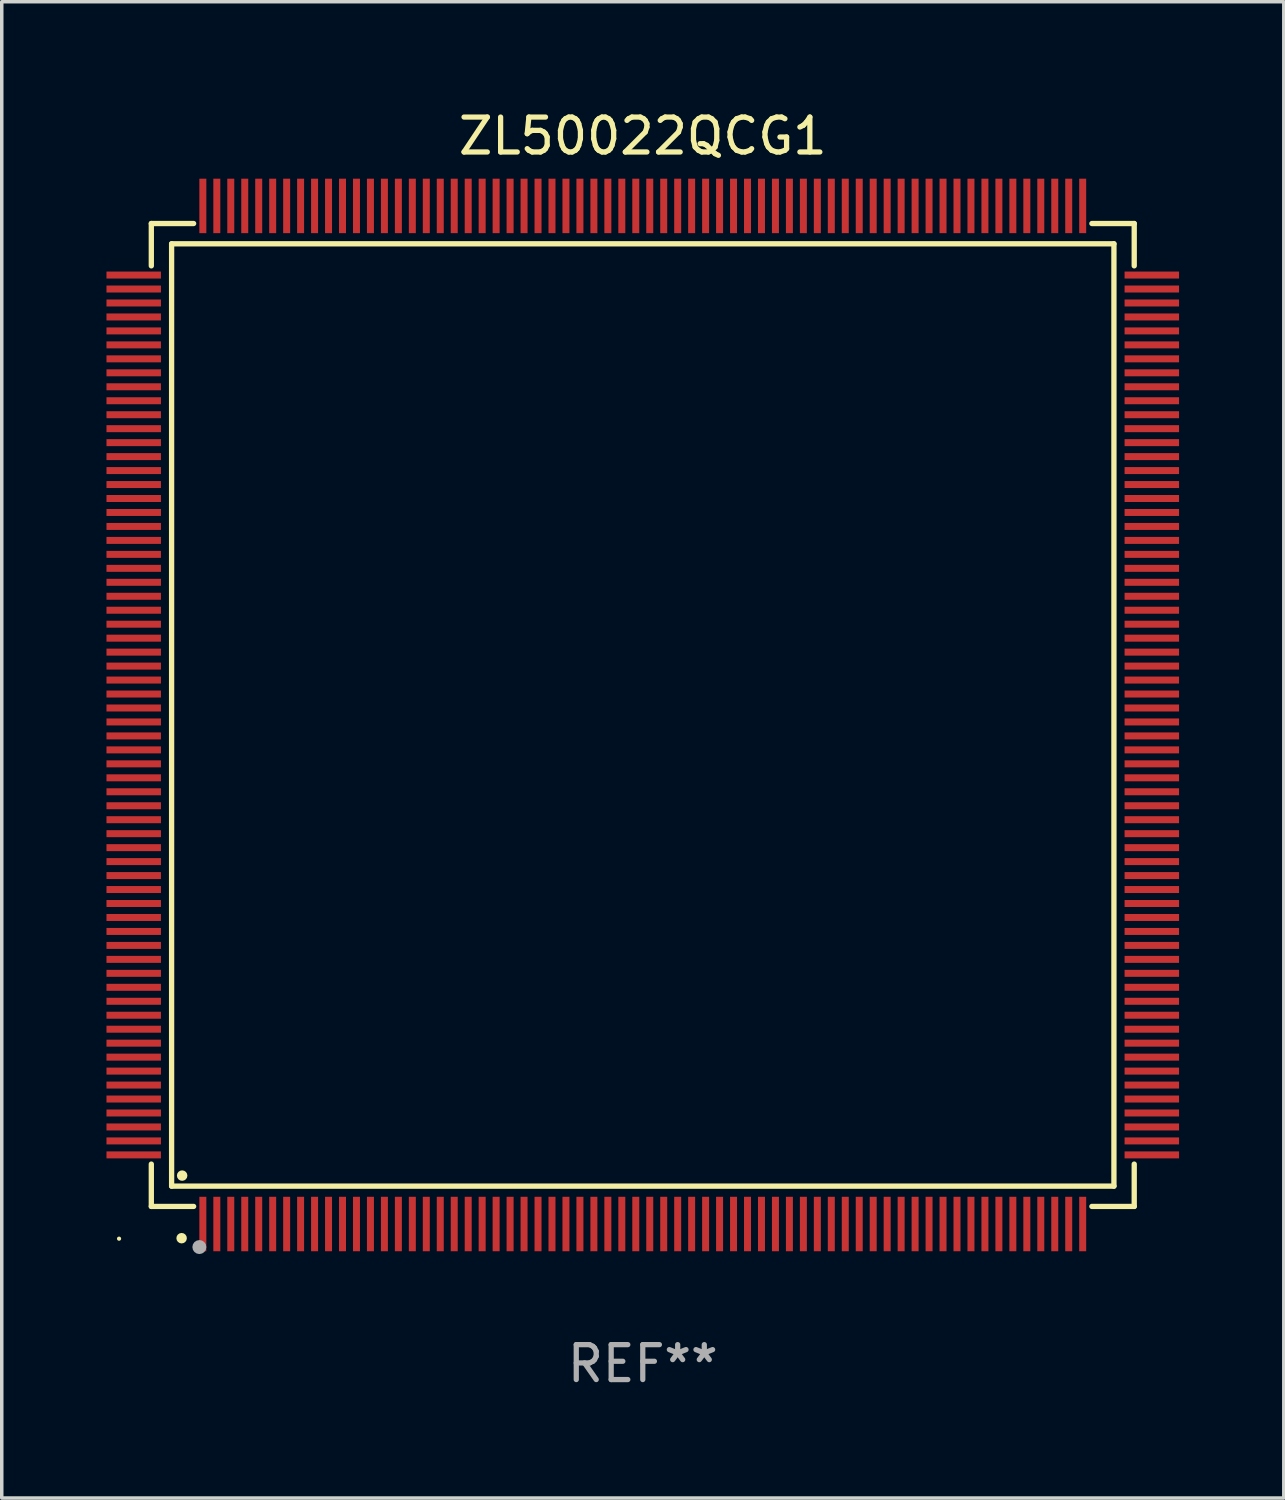
<source format=kicad_pcb>
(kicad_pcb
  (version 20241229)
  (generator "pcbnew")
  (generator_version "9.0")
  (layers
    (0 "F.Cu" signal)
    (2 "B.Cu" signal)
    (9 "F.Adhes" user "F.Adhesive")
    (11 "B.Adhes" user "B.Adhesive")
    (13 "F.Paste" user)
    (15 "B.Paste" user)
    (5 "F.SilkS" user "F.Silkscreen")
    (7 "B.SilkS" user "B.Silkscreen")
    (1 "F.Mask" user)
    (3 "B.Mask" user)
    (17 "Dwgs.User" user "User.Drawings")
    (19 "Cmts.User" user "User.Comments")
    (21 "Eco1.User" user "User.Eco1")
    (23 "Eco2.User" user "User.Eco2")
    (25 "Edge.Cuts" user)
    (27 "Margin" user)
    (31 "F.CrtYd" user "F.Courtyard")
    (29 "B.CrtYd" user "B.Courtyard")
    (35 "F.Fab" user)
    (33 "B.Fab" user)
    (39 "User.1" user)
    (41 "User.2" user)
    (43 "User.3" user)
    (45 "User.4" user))
  (footprint "ZL50022QCG1"
    (layer "F.Cu")
    (at 15.36 17.428)
    (property "Reference" "ZL50022QCG1" (at 0 -16.58 0) (layer "F.SilkS") (effects (font (size 1 1) (thickness 0.15))))
    (attr through_hole)
    (fp_line (start -14.076 -14.076) (end -14.076 -12.864) (stroke (width 0.152) (type solid)) (layer "F.SilkS"))
    (fp_line (start -14.076 14.076) (end -14.076 12.864) (stroke (width 0.152) (type solid)) (layer "F.SilkS"))
    (fp_line (start -13.495 -13.495) (end 13.495 -13.495) (stroke (width 0.152) (type solid)) (layer "F.SilkS"))
    (fp_line (start -13.495 13.495) (end -13.495 -13.495) (stroke (width 0.152) (type solid)) (layer "F.SilkS"))
    (fp_line (start -12.864 -14.076) (end -14.076 -14.076) (stroke (width 0.152) (type solid)) (layer "F.SilkS"))
    (fp_line (start -12.864 14.076) (end -14.076 14.076) (stroke (width 0.152) (type solid)) (layer "F.SilkS"))
    (fp_line (start 12.864 -14.076) (end 14.076 -14.076) (stroke (width 0.152) (type solid)) (layer "F.SilkS"))
    (fp_line (start 12.864 14.076) (end 14.076 14.076) (stroke (width 0.152) (type solid)) (layer "F.SilkS"))
    (fp_line (start 13.495 -13.495) (end 13.495 13.495) (stroke (width 0.152) (type solid)) (layer "F.SilkS"))
    (fp_line (start 13.495 13.495) (end -13.495 13.495) (stroke (width 0.152) (type solid)) (layer "F.SilkS"))
    (fp_line (start 14.076 -14.076) (end 14.076 -12.864) (stroke (width 0.152) (type solid)) (layer "F.SilkS"))
    (fp_line (start 14.076 14.076) (end 14.076 12.864) (stroke (width 0.152) (type solid)) (layer "F.SilkS"))
    (fp_circle (center -15 15) (end -14.97 15) (stroke (width 0.06) (type solid)) (fill no) (layer "F.SilkS"))
    (fp_circle (center -13.208 14.986) (end -13.133 14.986) (stroke (width 0.15) (type solid)) (fill no) (layer "F.SilkS"))
    (fp_circle (center -13.193 13.193) (end -13.118 13.193) (stroke (width 0.15) (type solid)) (fill no) (layer "F.SilkS"))
    (fp_circle (center -12.7 15.24) (end -12.6 15.24) (stroke (width 0.2) (type solid)) (fill no) (layer "F.Fab"))
    (fp_text user "REF**" (at 0 18.58 0) (layer "F.Fab") (effects (font (size 1 1) (thickness 0.15))))
    (pad "1" smd rect (at -12.6 14.58) (size 0.2 1.56) (layers "F.Cu" "F.Mask" "F.Paste"))
    (pad "2" smd rect (at -12.2 14.58) (size 0.2 1.56) (layers "F.Cu" "F.Mask" "F.Paste"))
    (pad "3" smd rect (at -11.8 14.58) (size 0.2 1.56) (layers "F.Cu" "F.Mask" "F.Paste"))
    (pad "4" smd rect (at -11.4 14.58) (size 0.2 1.56) (layers "F.Cu" "F.Mask" "F.Paste"))
    (pad "5" smd rect (at -11 14.58) (size 0.2 1.56) (layers "F.Cu" "F.Mask" "F.Paste"))
    (pad "6" smd rect (at -10.6 14.58) (size 0.2 1.56) (layers "F.Cu" "F.Mask" "F.Paste"))
    (pad "7" smd rect (at -10.2 14.58) (size 0.2 1.56) (layers "F.Cu" "F.Mask" "F.Paste"))
    (pad "8" smd rect (at -9.8 14.58) (size 0.2 1.56) (layers "F.Cu" "F.Mask" "F.Paste"))
    (pad "9" smd rect (at -9.4 14.58) (size 0.2 1.56) (layers "F.Cu" "F.Mask" "F.Paste"))
    (pad "10" smd rect (at -9 14.58) (size 0.2 1.56) (layers "F.Cu" "F.Mask" "F.Paste"))
    (pad "11" smd rect (at -8.6 14.58) (size 0.2 1.56) (layers "F.Cu" "F.Mask" "F.Paste"))
    (pad "12" smd rect (at -8.2 14.58) (size 0.2 1.56) (layers "F.Cu" "F.Mask" "F.Paste"))
    (pad "13" smd rect (at -7.8 14.58) (size 0.2 1.56) (layers "F.Cu" "F.Mask" "F.Paste"))
    (pad "14" smd rect (at -7.4 14.58) (size 0.2 1.56) (layers "F.Cu" "F.Mask" "F.Paste"))
    (pad "15" smd rect (at -7 14.58) (size 0.2 1.56) (layers "F.Cu" "F.Mask" "F.Paste"))
    (pad "16" smd rect (at -6.6 14.58) (size 0.2 1.56) (layers "F.Cu" "F.Mask" "F.Paste"))
    (pad "17" smd rect (at -6.2 14.58) (size 0.2 1.56) (layers "F.Cu" "F.Mask" "F.Paste"))
    (pad "18" smd rect (at -5.8 14.58) (size 0.2 1.56) (layers "F.Cu" "F.Mask" "F.Paste"))
    (pad "19" smd rect (at -5.4 14.58) (size 0.2 1.56) (layers "F.Cu" "F.Mask" "F.Paste"))
    (pad "20" smd rect (at -5 14.58) (size 0.2 1.56) (layers "F.Cu" "F.Mask" "F.Paste"))
    (pad "21" smd rect (at -4.6 14.58) (size 0.2 1.56) (layers "F.Cu" "F.Mask" "F.Paste"))
    (pad "22" smd rect (at -4.2 14.58) (size 0.2 1.56) (layers "F.Cu" "F.Mask" "F.Paste"))
    (pad "23" smd rect (at -3.8 14.58) (size 0.2 1.56) (layers "F.Cu" "F.Mask" "F.Paste"))
    (pad "24" smd rect (at -3.4 14.58) (size 0.2 1.56) (layers "F.Cu" "F.Mask" "F.Paste"))
    (pad "25" smd rect (at -3 14.58) (size 0.2 1.56) (layers "F.Cu" "F.Mask" "F.Paste"))
    (pad "26" smd rect (at -2.6 14.58) (size 0.2 1.56) (layers "F.Cu" "F.Mask" "F.Paste"))
    (pad "27" smd rect (at -2.2 14.58) (size 0.2 1.56) (layers "F.Cu" "F.Mask" "F.Paste"))
    (pad "28" smd rect (at -1.8 14.58) (size 0.2 1.56) (layers "F.Cu" "F.Mask" "F.Paste"))
    (pad "29" smd rect (at -1.4 14.58) (size 0.2 1.56) (layers "F.Cu" "F.Mask" "F.Paste"))
    (pad "30" smd rect (at -1 14.58) (size 0.2 1.56) (layers "F.Cu" "F.Mask" "F.Paste"))
    (pad "31" smd rect (at -0.6 14.58) (size 0.2 1.56) (layers "F.Cu" "F.Mask" "F.Paste"))
    (pad "32" smd rect (at -0.2 14.58) (size 0.2 1.56) (layers "F.Cu" "F.Mask" "F.Paste"))
    (pad "33" smd rect (at 0.2 14.58) (size 0.2 1.56) (layers "F.Cu" "F.Mask" "F.Paste"))
    (pad "34" smd rect (at 0.6 14.58) (size 0.2 1.56) (layers "F.Cu" "F.Mask" "F.Paste"))
    (pad "35" smd rect (at 1 14.58) (size 0.2 1.56) (layers "F.Cu" "F.Mask" "F.Paste"))
    (pad "36" smd rect (at 1.4 14.58) (size 0.2 1.56) (layers "F.Cu" "F.Mask" "F.Paste"))
    (pad "37" smd rect (at 1.8 14.58) (size 0.2 1.56) (layers "F.Cu" "F.Mask" "F.Paste"))
    (pad "38" smd rect (at 2.2 14.58) (size 0.2 1.56) (layers "F.Cu" "F.Mask" "F.Paste"))
    (pad "39" smd rect (at 2.6 14.58) (size 0.2 1.56) (layers "F.Cu" "F.Mask" "F.Paste"))
    (pad "40" smd rect (at 3 14.58) (size 0.2 1.56) (layers "F.Cu" "F.Mask" "F.Paste"))
    (pad "41" smd rect (at 3.4 14.58) (size 0.2 1.56) (layers "F.Cu" "F.Mask" "F.Paste"))
    (pad "42" smd rect (at 3.8 14.58) (size 0.2 1.56) (layers "F.Cu" "F.Mask" "F.Paste"))
    (pad "43" smd rect (at 4.2 14.58) (size 0.2 1.56) (layers "F.Cu" "F.Mask" "F.Paste"))
    (pad "44" smd rect (at 4.6 14.58) (size 0.2 1.56) (layers "F.Cu" "F.Mask" "F.Paste"))
    (pad "45" smd rect (at 5 14.58) (size 0.2 1.56) (layers "F.Cu" "F.Mask" "F.Paste"))
    (pad "46" smd rect (at 5.4 14.58) (size 0.2 1.56) (layers "F.Cu" "F.Mask" "F.Paste"))
    (pad "47" smd rect (at 5.8 14.58) (size 0.2 1.56) (layers "F.Cu" "F.Mask" "F.Paste"))
    (pad "48" smd rect (at 6.2 14.58) (size 0.2 1.56) (layers "F.Cu" "F.Mask" "F.Paste"))
    (pad "49" smd rect (at 6.6 14.58) (size 0.2 1.56) (layers "F.Cu" "F.Mask" "F.Paste"))
    (pad "50" smd rect (at 7 14.58) (size 0.2 1.56) (layers "F.Cu" "F.Mask" "F.Paste"))
    (pad "51" smd rect (at 7.4 14.58) (size 0.2 1.56) (layers "F.Cu" "F.Mask" "F.Paste"))
    (pad "52" smd rect (at 7.8 14.58) (size 0.2 1.56) (layers "F.Cu" "F.Mask" "F.Paste"))
    (pad "53" smd rect (at 8.2 14.58) (size 0.2 1.56) (layers "F.Cu" "F.Mask" "F.Paste"))
    (pad "54" smd rect (at 8.6 14.58) (size 0.2 1.56) (layers "F.Cu" "F.Mask" "F.Paste"))
    (pad "55" smd rect (at 9 14.58) (size 0.2 1.56) (layers "F.Cu" "F.Mask" "F.Paste"))
    (pad "56" smd rect (at 9.4 14.58) (size 0.2 1.56) (layers "F.Cu" "F.Mask" "F.Paste"))
    (pad "57" smd rect (at 9.8 14.58) (size 0.2 1.56) (layers "F.Cu" "F.Mask" "F.Paste"))
    (pad "58" smd rect (at 10.2 14.58) (size 0.2 1.56) (layers "F.Cu" "F.Mask" "F.Paste"))
    (pad "59" smd rect (at 10.6 14.58) (size 0.2 1.56) (layers "F.Cu" "F.Mask" "F.Paste"))
    (pad "60" smd rect (at 11 14.58) (size 0.2 1.56) (layers "F.Cu" "F.Mask" "F.Paste"))
    (pad "61" smd rect (at 11.4 14.58) (size 0.2 1.56) (layers "F.Cu" "F.Mask" "F.Paste"))
    (pad "62" smd rect (at 11.8 14.58) (size 0.2 1.56) (layers "F.Cu" "F.Mask" "F.Paste"))
    (pad "63" smd rect (at 12.2 14.58) (size 0.2 1.56) (layers "F.Cu" "F.Mask" "F.Paste"))
    (pad "64" smd rect (at 12.6 14.58) (size 0.2 1.56) (layers "F.Cu" "F.Mask" "F.Paste"))
    (pad "65" smd rect (at 14.58 12.6) (size 1.56 0.2) (layers "F.Cu" "F.Mask" "F.Paste"))
    (pad "66" smd rect (at 14.58 12.2) (size 1.56 0.2) (layers "F.Cu" "F.Mask" "F.Paste"))
    (pad "67" smd rect (at 14.58 11.8) (size 1.56 0.2) (layers "F.Cu" "F.Mask" "F.Paste"))
    (pad "68" smd rect (at 14.58 11.4) (size 1.56 0.2) (layers "F.Cu" "F.Mask" "F.Paste"))
    (pad "69" smd rect (at 14.58 11) (size 1.56 0.2) (layers "F.Cu" "F.Mask" "F.Paste"))
    (pad "70" smd rect (at 14.58 10.6) (size 1.56 0.2) (layers "F.Cu" "F.Mask" "F.Paste"))
    (pad "71" smd rect (at 14.58 10.2) (size 1.56 0.2) (layers "F.Cu" "F.Mask" "F.Paste"))
    (pad "72" smd rect (at 14.58 9.8) (size 1.56 0.2) (layers "F.Cu" "F.Mask" "F.Paste"))
    (pad "73" smd rect (at 14.58 9.4) (size 1.56 0.2) (layers "F.Cu" "F.Mask" "F.Paste"))
    (pad "74" smd rect (at 14.58 9) (size 1.56 0.2) (layers "F.Cu" "F.Mask" "F.Paste"))
    (pad "75" smd rect (at 14.58 8.6) (size 1.56 0.2) (layers "F.Cu" "F.Mask" "F.Paste"))
    (pad "76" smd rect (at 14.58 8.2) (size 1.56 0.2) (layers "F.Cu" "F.Mask" "F.Paste"))
    (pad "77" smd rect (at 14.58 7.8) (size 1.56 0.2) (layers "F.Cu" "F.Mask" "F.Paste"))
    (pad "78" smd rect (at 14.58 7.4) (size 1.56 0.2) (layers "F.Cu" "F.Mask" "F.Paste"))
    (pad "79" smd rect (at 14.58 7) (size 1.56 0.2) (layers "F.Cu" "F.Mask" "F.Paste"))
    (pad "80" smd rect (at 14.58 6.6) (size 1.56 0.2) (layers "F.Cu" "F.Mask" "F.Paste"))
    (pad "81" smd rect (at 14.58 6.2) (size 1.56 0.2) (layers "F.Cu" "F.Mask" "F.Paste"))
    (pad "82" smd rect (at 14.58 5.8) (size 1.56 0.2) (layers "F.Cu" "F.Mask" "F.Paste"))
    (pad "83" smd rect (at 14.58 5.4) (size 1.56 0.2) (layers "F.Cu" "F.Mask" "F.Paste"))
    (pad "84" smd rect (at 14.58 5) (size 1.56 0.2) (layers "F.Cu" "F.Mask" "F.Paste"))
    (pad "85" smd rect (at 14.58 4.6) (size 1.56 0.2) (layers "F.Cu" "F.Mask" "F.Paste"))
    (pad "86" smd rect (at 14.58 4.2) (size 1.56 0.2) (layers "F.Cu" "F.Mask" "F.Paste"))
    (pad "87" smd rect (at 14.58 3.8) (size 1.56 0.2) (layers "F.Cu" "F.Mask" "F.Paste"))
    (pad "88" smd rect (at 14.58 3.4) (size 1.56 0.2) (layers "F.Cu" "F.Mask" "F.Paste"))
    (pad "89" smd rect (at 14.58 3) (size 1.56 0.2) (layers "F.Cu" "F.Mask" "F.Paste"))
    (pad "90" smd rect (at 14.58 2.6) (size 1.56 0.2) (layers "F.Cu" "F.Mask" "F.Paste"))
    (pad "91" smd rect (at 14.58 2.2) (size 1.56 0.2) (layers "F.Cu" "F.Mask" "F.Paste"))
    (pad "92" smd rect (at 14.58 1.8) (size 1.56 0.2) (layers "F.Cu" "F.Mask" "F.Paste"))
    (pad "93" smd rect (at 14.58 1.4) (size 1.56 0.2) (layers "F.Cu" "F.Mask" "F.Paste"))
    (pad "94" smd rect (at 14.58 1) (size 1.56 0.2) (layers "F.Cu" "F.Mask" "F.Paste"))
    (pad "95" smd rect (at 14.58 0.6) (size 1.56 0.2) (layers "F.Cu" "F.Mask" "F.Paste"))
    (pad "96" smd rect (at 14.58 0.2) (size 1.56 0.2) (layers "F.Cu" "F.Mask" "F.Paste"))
    (pad "97" smd rect (at 14.58 -0.2) (size 1.56 0.2) (layers "F.Cu" "F.Mask" "F.Paste"))
    (pad "98" smd rect (at 14.58 -0.6) (size 1.56 0.2) (layers "F.Cu" "F.Mask" "F.Paste"))
    (pad "99" smd rect (at 14.58 -1) (size 1.56 0.2) (layers "F.Cu" "F.Mask" "F.Paste"))
    (pad "100" smd rect (at 14.58 -1.4) (size 1.56 0.2) (layers "F.Cu" "F.Mask" "F.Paste"))
    (pad "101" smd rect (at 14.58 -1.8) (size 1.56 0.2) (layers "F.Cu" "F.Mask" "F.Paste"))
    (pad "102" smd rect (at 14.58 -2.2) (size 1.56 0.2) (layers "F.Cu" "F.Mask" "F.Paste"))
    (pad "103" smd rect (at 14.58 -2.6) (size 1.56 0.2) (layers "F.Cu" "F.Mask" "F.Paste"))
    (pad "104" smd rect (at 14.58 -3) (size 1.56 0.2) (layers "F.Cu" "F.Mask" "F.Paste"))
    (pad "105" smd rect (at 14.58 -3.4) (size 1.56 0.2) (layers "F.Cu" "F.Mask" "F.Paste"))
    (pad "106" smd rect (at 14.58 -3.8) (size 1.56 0.2) (layers "F.Cu" "F.Mask" "F.Paste"))
    (pad "107" smd rect (at 14.58 -4.2) (size 1.56 0.2) (layers "F.Cu" "F.Mask" "F.Paste"))
    (pad "108" smd rect (at 14.58 -4.6) (size 1.56 0.2) (layers "F.Cu" "F.Mask" "F.Paste"))
    (pad "109" smd rect (at 14.58 -5) (size 1.56 0.2) (layers "F.Cu" "F.Mask" "F.Paste"))
    (pad "110" smd rect (at 14.58 -5.4) (size 1.56 0.2) (layers "F.Cu" "F.Mask" "F.Paste"))
    (pad "111" smd rect (at 14.58 -5.8) (size 1.56 0.2) (layers "F.Cu" "F.Mask" "F.Paste"))
    (pad "112" smd rect (at 14.58 -6.2) (size 1.56 0.2) (layers "F.Cu" "F.Mask" "F.Paste"))
    (pad "113" smd rect (at 14.58 -6.6) (size 1.56 0.2) (layers "F.Cu" "F.Mask" "F.Paste"))
    (pad "114" smd rect (at 14.58 -7) (size 1.56 0.2) (layers "F.Cu" "F.Mask" "F.Paste"))
    (pad "115" smd rect (at 14.58 -7.4) (size 1.56 0.2) (layers "F.Cu" "F.Mask" "F.Paste"))
    (pad "116" smd rect (at 14.58 -7.8) (size 1.56 0.2) (layers "F.Cu" "F.Mask" "F.Paste"))
    (pad "117" smd rect (at 14.58 -8.2) (size 1.56 0.2) (layers "F.Cu" "F.Mask" "F.Paste"))
    (pad "118" smd rect (at 14.58 -8.6) (size 1.56 0.2) (layers "F.Cu" "F.Mask" "F.Paste"))
    (pad "119" smd rect (at 14.58 -9) (size 1.56 0.2) (layers "F.Cu" "F.Mask" "F.Paste"))
    (pad "120" smd rect (at 14.58 -9.4) (size 1.56 0.2) (layers "F.Cu" "F.Mask" "F.Paste"))
    (pad "121" smd rect (at 14.58 -9.8) (size 1.56 0.2) (layers "F.Cu" "F.Mask" "F.Paste"))
    (pad "122" smd rect (at 14.58 -10.2) (size 1.56 0.2) (layers "F.Cu" "F.Mask" "F.Paste"))
    (pad "123" smd rect (at 14.58 -10.6) (size 1.56 0.2) (layers "F.Cu" "F.Mask" "F.Paste"))
    (pad "124" smd rect (at 14.58 -11) (size 1.56 0.2) (layers "F.Cu" "F.Mask" "F.Paste"))
    (pad "125" smd rect (at 14.58 -11.4) (size 1.56 0.2) (layers "F.Cu" "F.Mask" "F.Paste"))
    (pad "126" smd rect (at 14.58 -11.8) (size 1.56 0.2) (layers "F.Cu" "F.Mask" "F.Paste"))
    (pad "127" smd rect (at 14.58 -12.2) (size 1.56 0.2) (layers "F.Cu" "F.Mask" "F.Paste"))
    (pad "128" smd rect (at 14.58 -12.6) (size 1.56 0.2) (layers "F.Cu" "F.Mask" "F.Paste"))
    (pad "129" smd rect (at 12.6 -14.58) (size 0.2 1.56) (layers "F.Cu" "F.Mask" "F.Paste"))
    (pad "130" smd rect (at 12.2 -14.58) (size 0.2 1.56) (layers "F.Cu" "F.Mask" "F.Paste"))
    (pad "131" smd rect (at 11.8 -14.58) (size 0.2 1.56) (layers "F.Cu" "F.Mask" "F.Paste"))
    (pad "132" smd rect (at 11.4 -14.58) (size 0.2 1.56) (layers "F.Cu" "F.Mask" "F.Paste"))
    (pad "133" smd rect (at 11 -14.58) (size 0.2 1.56) (layers "F.Cu" "F.Mask" "F.Paste"))
    (pad "134" smd rect (at 10.6 -14.58) (size 0.2 1.56) (layers "F.Cu" "F.Mask" "F.Paste"))
    (pad "135" smd rect (at 10.2 -14.58) (size 0.2 1.56) (layers "F.Cu" "F.Mask" "F.Paste"))
    (pad "136" smd rect (at 9.8 -14.58) (size 0.2 1.56) (layers "F.Cu" "F.Mask" "F.Paste"))
    (pad "137" smd rect (at 9.4 -14.58) (size 0.2 1.56) (layers "F.Cu" "F.Mask" "F.Paste"))
    (pad "138" smd rect (at 9 -14.58) (size 0.2 1.56) (layers "F.Cu" "F.Mask" "F.Paste"))
    (pad "139" smd rect (at 8.6 -14.58) (size 0.2 1.56) (layers "F.Cu" "F.Mask" "F.Paste"))
    (pad "140" smd rect (at 8.2 -14.58) (size 0.2 1.56) (layers "F.Cu" "F.Mask" "F.Paste"))
    (pad "141" smd rect (at 7.8 -14.58) (size 0.2 1.56) (layers "F.Cu" "F.Mask" "F.Paste"))
    (pad "142" smd rect (at 7.4 -14.58) (size 0.2 1.56) (layers "F.Cu" "F.Mask" "F.Paste"))
    (pad "143" smd rect (at 7 -14.58) (size 0.2 1.56) (layers "F.Cu" "F.Mask" "F.Paste"))
    (pad "144" smd rect (at 6.6 -14.58) (size 0.2 1.56) (layers "F.Cu" "F.Mask" "F.Paste"))
    (pad "145" smd rect (at 6.2 -14.58) (size 0.2 1.56) (layers "F.Cu" "F.Mask" "F.Paste"))
    (pad "146" smd rect (at 5.8 -14.58) (size 0.2 1.56) (layers "F.Cu" "F.Mask" "F.Paste"))
    (pad "147" smd rect (at 5.4 -14.58) (size 0.2 1.56) (layers "F.Cu" "F.Mask" "F.Paste"))
    (pad "148" smd rect (at 5 -14.58) (size 0.2 1.56) (layers "F.Cu" "F.Mask" "F.Paste"))
    (pad "149" smd rect (at 4.6 -14.58) (size 0.2 1.56) (layers "F.Cu" "F.Mask" "F.Paste"))
    (pad "150" smd rect (at 4.2 -14.58) (size 0.2 1.56) (layers "F.Cu" "F.Mask" "F.Paste"))
    (pad "151" smd rect (at 3.8 -14.58) (size 0.2 1.56) (layers "F.Cu" "F.Mask" "F.Paste"))
    (pad "152" smd rect (at 3.4 -14.58) (size 0.2 1.56) (layers "F.Cu" "F.Mask" "F.Paste"))
    (pad "153" smd rect (at 3 -14.58) (size 0.2 1.56) (layers "F.Cu" "F.Mask" "F.Paste"))
    (pad "154" smd rect (at 2.6 -14.58) (size 0.2 1.56) (layers "F.Cu" "F.Mask" "F.Paste"))
    (pad "155" smd rect (at 2.2 -14.58) (size 0.2 1.56) (layers "F.Cu" "F.Mask" "F.Paste"))
    (pad "156" smd rect (at 1.8 -14.58) (size 0.2 1.56) (layers "F.Cu" "F.Mask" "F.Paste"))
    (pad "157" smd rect (at 1.4 -14.58) (size 0.2 1.56) (layers "F.Cu" "F.Mask" "F.Paste"))
    (pad "158" smd rect (at 1 -14.58) (size 0.2 1.56) (layers "F.Cu" "F.Mask" "F.Paste"))
    (pad "159" smd rect (at 0.6 -14.58) (size 0.2 1.56) (layers "F.Cu" "F.Mask" "F.Paste"))
    (pad "160" smd rect (at 0.2 -14.58) (size 0.2 1.56) (layers "F.Cu" "F.Mask" "F.Paste"))
    (pad "161" smd rect (at -0.2 -14.58) (size 0.2 1.56) (layers "F.Cu" "F.Mask" "F.Paste"))
    (pad "162" smd rect (at -0.6 -14.58) (size 0.2 1.56) (layers "F.Cu" "F.Mask" "F.Paste"))
    (pad "163" smd rect (at -1 -14.58) (size 0.2 1.56) (layers "F.Cu" "F.Mask" "F.Paste"))
    (pad "164" smd rect (at -1.4 -14.58) (size 0.2 1.56) (layers "F.Cu" "F.Mask" "F.Paste"))
    (pad "165" smd rect (at -1.8 -14.58) (size 0.2 1.56) (layers "F.Cu" "F.Mask" "F.Paste"))
    (pad "166" smd rect (at -2.2 -14.58) (size 0.2 1.56) (layers "F.Cu" "F.Mask" "F.Paste"))
    (pad "167" smd rect (at -2.6 -14.58) (size 0.2 1.56) (layers "F.Cu" "F.Mask" "F.Paste"))
    (pad "168" smd rect (at -3 -14.58) (size 0.2 1.56) (layers "F.Cu" "F.Mask" "F.Paste"))
    (pad "169" smd rect (at -3.4 -14.58) (size 0.2 1.56) (layers "F.Cu" "F.Mask" "F.Paste"))
    (pad "170" smd rect (at -3.8 -14.58) (size 0.2 1.56) (layers "F.Cu" "F.Mask" "F.Paste"))
    (pad "171" smd rect (at -4.2 -14.58) (size 0.2 1.56) (layers "F.Cu" "F.Mask" "F.Paste"))
    (pad "172" smd rect (at -4.6 -14.58) (size 0.2 1.56) (layers "F.Cu" "F.Mask" "F.Paste"))
    (pad "173" smd rect (at -5 -14.58) (size 0.2 1.56) (layers "F.Cu" "F.Mask" "F.Paste"))
    (pad "174" smd rect (at -5.4 -14.58) (size 0.2 1.56) (layers "F.Cu" "F.Mask" "F.Paste"))
    (pad "175" smd rect (at -5.8 -14.58) (size 0.2 1.56) (layers "F.Cu" "F.Mask" "F.Paste"))
    (pad "176" smd rect (at -6.2 -14.58) (size 0.2 1.56) (layers "F.Cu" "F.Mask" "F.Paste"))
    (pad "177" smd rect (at -6.6 -14.58) (size 0.2 1.56) (layers "F.Cu" "F.Mask" "F.Paste"))
    (pad "178" smd rect (at -7 -14.58) (size 0.2 1.56) (layers "F.Cu" "F.Mask" "F.Paste"))
    (pad "179" smd rect (at -7.4 -14.58) (size 0.2 1.56) (layers "F.Cu" "F.Mask" "F.Paste"))
    (pad "180" smd rect (at -7.8 -14.58) (size 0.2 1.56) (layers "F.Cu" "F.Mask" "F.Paste"))
    (pad "181" smd rect (at -8.2 -14.58) (size 0.2 1.56) (layers "F.Cu" "F.Mask" "F.Paste"))
    (pad "182" smd rect (at -8.6 -14.58) (size 0.2 1.56) (layers "F.Cu" "F.Mask" "F.Paste"))
    (pad "183" smd rect (at -9 -14.58) (size 0.2 1.56) (layers "F.Cu" "F.Mask" "F.Paste"))
    (pad "184" smd rect (at -9.4 -14.58) (size 0.2 1.56) (layers "F.Cu" "F.Mask" "F.Paste"))
    (pad "185" smd rect (at -9.8 -14.58) (size 0.2 1.56) (layers "F.Cu" "F.Mask" "F.Paste"))
    (pad "186" smd rect (at -10.2 -14.58) (size 0.2 1.56) (layers "F.Cu" "F.Mask" "F.Paste"))
    (pad "187" smd rect (at -10.6 -14.58) (size 0.2 1.56) (layers "F.Cu" "F.Mask" "F.Paste"))
    (pad "188" smd rect (at -11 -14.58) (size 0.2 1.56) (layers "F.Cu" "F.Mask" "F.Paste"))
    (pad "189" smd rect (at -11.4 -14.58) (size 0.2 1.56) (layers "F.Cu" "F.Mask" "F.Paste"))
    (pad "190" smd rect (at -11.8 -14.58) (size 0.2 1.56) (layers "F.Cu" "F.Mask" "F.Paste"))
    (pad "191" smd rect (at -12.2 -14.58) (size 0.2 1.56) (layers "F.Cu" "F.Mask" "F.Paste"))
    (pad "192" smd rect (at -12.6 -14.58) (size 0.2 1.56) (layers "F.Cu" "F.Mask" "F.Paste"))
    (pad "193" smd rect (at -14.58 -12.6) (size 1.56 0.2) (layers "F.Cu" "F.Mask" "F.Paste"))
    (pad "194" smd rect (at -14.58 -12.2) (size 1.56 0.2) (layers "F.Cu" "F.Mask" "F.Paste"))
    (pad "195" smd rect (at -14.58 -11.8) (size 1.56 0.2) (layers "F.Cu" "F.Mask" "F.Paste"))
    (pad "196" smd rect (at -14.58 -11.4) (size 1.56 0.2) (layers "F.Cu" "F.Mask" "F.Paste"))
    (pad "197" smd rect (at -14.58 -11) (size 1.56 0.2) (layers "F.Cu" "F.Mask" "F.Paste"))
    (pad "198" smd rect (at -14.58 -10.6) (size 1.56 0.2) (layers "F.Cu" "F.Mask" "F.Paste"))
    (pad "199" smd rect (at -14.58 -10.2) (size 1.56 0.2) (layers "F.Cu" "F.Mask" "F.Paste"))
    (pad "200" smd rect (at -14.58 -9.8) (size 1.56 0.2) (layers "F.Cu" "F.Mask" "F.Paste"))
    (pad "201" smd rect (at -14.58 -9.4) (size 1.56 0.2) (layers "F.Cu" "F.Mask" "F.Paste"))
    (pad "202" smd rect (at -14.58 -9) (size 1.56 0.2) (layers "F.Cu" "F.Mask" "F.Paste"))
    (pad "203" smd rect (at -14.58 -8.6) (size 1.56 0.2) (layers "F.Cu" "F.Mask" "F.Paste"))
    (pad "204" smd rect (at -14.58 -8.2) (size 1.56 0.2) (layers "F.Cu" "F.Mask" "F.Paste"))
    (pad "205" smd rect (at -14.58 -7.8) (size 1.56 0.2) (layers "F.Cu" "F.Mask" "F.Paste"))
    (pad "206" smd rect (at -14.58 -7.4) (size 1.56 0.2) (layers "F.Cu" "F.Mask" "F.Paste"))
    (pad "207" smd rect (at -14.58 -7) (size 1.56 0.2) (layers "F.Cu" "F.Mask" "F.Paste"))
    (pad "208" smd rect (at -14.58 -6.6) (size 1.56 0.2) (layers "F.Cu" "F.Mask" "F.Paste"))
    (pad "209" smd rect (at -14.58 -6.2) (size 1.56 0.2) (layers "F.Cu" "F.Mask" "F.Paste"))
    (pad "210" smd rect (at -14.58 -5.8) (size 1.56 0.2) (layers "F.Cu" "F.Mask" "F.Paste"))
    (pad "211" smd rect (at -14.58 -5.4) (size 1.56 0.2) (layers "F.Cu" "F.Mask" "F.Paste"))
    (pad "212" smd rect (at -14.58 -5) (size 1.56 0.2) (layers "F.Cu" "F.Mask" "F.Paste"))
    (pad "213" smd rect (at -14.58 -4.6) (size 1.56 0.2) (layers "F.Cu" "F.Mask" "F.Paste"))
    (pad "214" smd rect (at -14.58 -4.2) (size 1.56 0.2) (layers "F.Cu" "F.Mask" "F.Paste"))
    (pad "215" smd rect (at -14.58 -3.8) (size 1.56 0.2) (layers "F.Cu" "F.Mask" "F.Paste"))
    (pad "216" smd rect (at -14.58 -3.4) (size 1.56 0.2) (layers "F.Cu" "F.Mask" "F.Paste"))
    (pad "217" smd rect (at -14.58 -3) (size 1.56 0.2) (layers "F.Cu" "F.Mask" "F.Paste"))
    (pad "218" smd rect (at -14.58 -2.6) (size 1.56 0.2) (layers "F.Cu" "F.Mask" "F.Paste"))
    (pad "219" smd rect (at -14.58 -2.2) (size 1.56 0.2) (layers "F.Cu" "F.Mask" "F.Paste"))
    (pad "220" smd rect (at -14.58 -1.8) (size 1.56 0.2) (layers "F.Cu" "F.Mask" "F.Paste"))
    (pad "221" smd rect (at -14.58 -1.4) (size 1.56 0.2) (layers "F.Cu" "F.Mask" "F.Paste"))
    (pad "222" smd rect (at -14.58 -1) (size 1.56 0.2) (layers "F.Cu" "F.Mask" "F.Paste"))
    (pad "223" smd rect (at -14.58 -0.6) (size 1.56 0.2) (layers "F.Cu" "F.Mask" "F.Paste"))
    (pad "224" smd rect (at -14.58 -0.2) (size 1.56 0.2) (layers "F.Cu" "F.Mask" "F.Paste"))
    (pad "225" smd rect (at -14.58 0.2) (size 1.56 0.2) (layers "F.Cu" "F.Mask" "F.Paste"))
    (pad "226" smd rect (at -14.58 0.6) (size 1.56 0.2) (layers "F.Cu" "F.Mask" "F.Paste"))
    (pad "227" smd rect (at -14.58 1) (size 1.56 0.2) (layers "F.Cu" "F.Mask" "F.Paste"))
    (pad "228" smd rect (at -14.58 1.4) (size 1.56 0.2) (layers "F.Cu" "F.Mask" "F.Paste"))
    (pad "229" smd rect (at -14.58 1.8) (size 1.56 0.2) (layers "F.Cu" "F.Mask" "F.Paste"))
    (pad "230" smd rect (at -14.58 2.2) (size 1.56 0.2) (layers "F.Cu" "F.Mask" "F.Paste"))
    (pad "231" smd rect (at -14.58 2.6) (size 1.56 0.2) (layers "F.Cu" "F.Mask" "F.Paste"))
    (pad "232" smd rect (at -14.58 3) (size 1.56 0.2) (layers "F.Cu" "F.Mask" "F.Paste"))
    (pad "233" smd rect (at -14.58 3.4) (size 1.56 0.2) (layers "F.Cu" "F.Mask" "F.Paste"))
    (pad "234" smd rect (at -14.58 3.8) (size 1.56 0.2) (layers "F.Cu" "F.Mask" "F.Paste"))
    (pad "235" smd rect (at -14.58 4.2) (size 1.56 0.2) (layers "F.Cu" "F.Mask" "F.Paste"))
    (pad "236" smd rect (at -14.58 4.6) (size 1.56 0.2) (layers "F.Cu" "F.Mask" "F.Paste"))
    (pad "237" smd rect (at -14.58 5) (size 1.56 0.2) (layers "F.Cu" "F.Mask" "F.Paste"))
    (pad "238" smd rect (at -14.58 5.4) (size 1.56 0.2) (layers "F.Cu" "F.Mask" "F.Paste"))
    (pad "239" smd rect (at -14.58 5.8) (size 1.56 0.2) (layers "F.Cu" "F.Mask" "F.Paste"))
    (pad "240" smd rect (at -14.58 6.2) (size 1.56 0.2) (layers "F.Cu" "F.Mask" "F.Paste"))
    (pad "241" smd rect (at -14.58 6.6) (size 1.56 0.2) (layers "F.Cu" "F.Mask" "F.Paste"))
    (pad "242" smd rect (at -14.58 7) (size 1.56 0.2) (layers "F.Cu" "F.Mask" "F.Paste"))
    (pad "243" smd rect (at -14.58 7.4) (size 1.56 0.2) (layers "F.Cu" "F.Mask" "F.Paste"))
    (pad "244" smd rect (at -14.58 7.8) (size 1.56 0.2) (layers "F.Cu" "F.Mask" "F.Paste"))
    (pad "245" smd rect (at -14.58 8.2) (size 1.56 0.2) (layers "F.Cu" "F.Mask" "F.Paste"))
    (pad "246" smd rect (at -14.58 8.6) (size 1.56 0.2) (layers "F.Cu" "F.Mask" "F.Paste"))
    (pad "247" smd rect (at -14.58 9) (size 1.56 0.2) (layers "F.Cu" "F.Mask" "F.Paste"))
    (pad "248" smd rect (at -14.58 9.4) (size 1.56 0.2) (layers "F.Cu" "F.Mask" "F.Paste"))
    (pad "249" smd rect (at -14.58 9.8) (size 1.56 0.2) (layers "F.Cu" "F.Mask" "F.Paste"))
    (pad "250" smd rect (at -14.58 10.2) (size 1.56 0.2) (layers "F.Cu" "F.Mask" "F.Paste"))
    (pad "251" smd rect (at -14.58 10.6) (size 1.56 0.2) (layers "F.Cu" "F.Mask" "F.Paste"))
    (pad "252" smd rect (at -14.58 11) (size 1.56 0.2) (layers "F.Cu" "F.Mask" "F.Paste"))
    (pad "253" smd rect (at -14.58 11.4) (size 1.56 0.2) (layers "F.Cu" "F.Mask" "F.Paste"))
    (pad "254" smd rect (at -14.58 11.8) (size 1.56 0.2) (layers "F.Cu" "F.Mask" "F.Paste"))
    (pad "255" smd rect (at -14.58 12.2) (size 1.56 0.2) (layers "F.Cu" "F.Mask" "F.Paste"))
    (pad "256" smd rect (at -14.58 12.6) (size 1.56 0.2) (layers "F.Cu" "F.Mask" "F.Paste")))
  (gr_rect
    (start -3 -3)
    (end 33.72 39.856)
    (stroke (width 0.1) (type default))
    (fill no)
    (layer "Edge.Cuts")))
</source>
